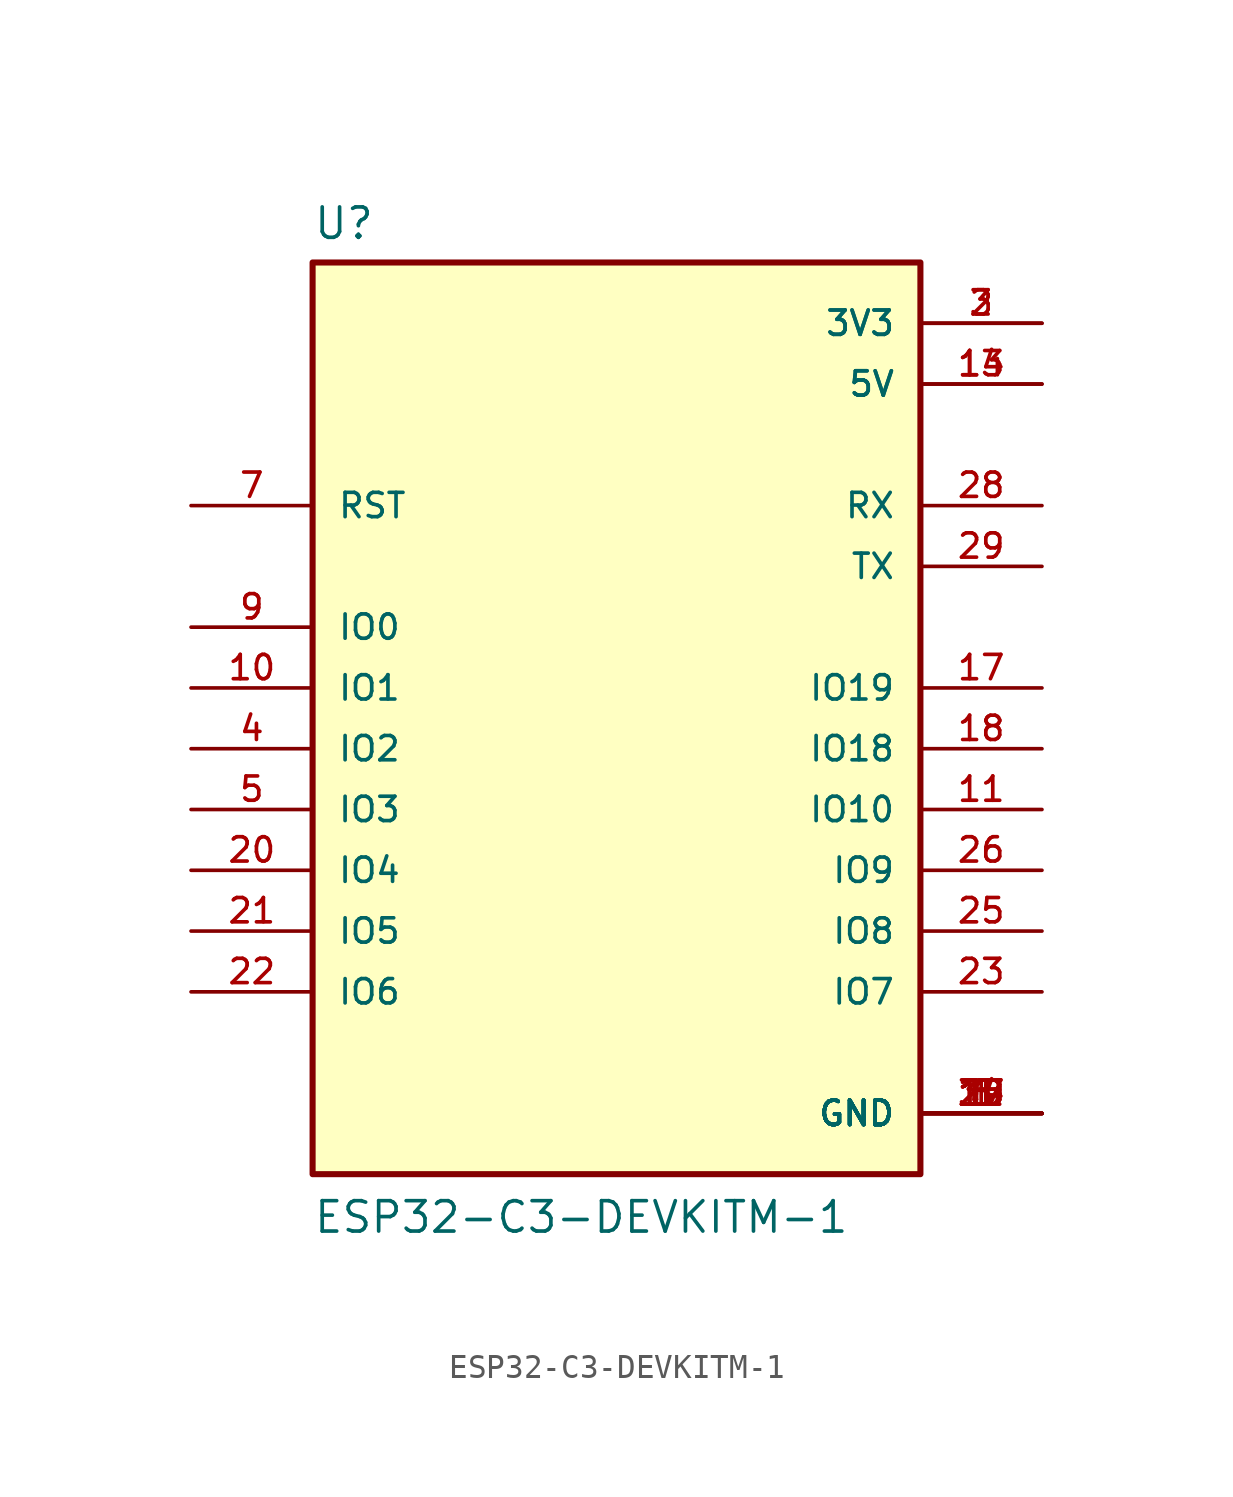
<source format=kicad_sym>
(kicad_symbol_lib
  (version 20211014)
  (generator kicad_symbol_editor)
  (symbol "ESP32-C3-DEVKITM-1"
    (pin_names
      (offset 1.016))
    (property "Reference" "U"
      (at -12.7 18.669 0)
      (effects (font (size 1.27 1.27)) (justify bottom left)))
    (property "Value" "ESP32-C3-DEVKITM-1"
      (at -12.7 -22.86 0)
      (effects (font (size 1.27 1.27)) (justify bottom left)))
    (symbol "ESP32-C3-DEVKITM-1_0_0"
      (rectangle (start -12.7 -20.32) (end 12.7 17.78) (stroke (width 0.254)) (fill (type background)))
      (pin power_in line (at 17.78 15.24 180.0) (length 5.08) (name "3V3" (effects (font (size 1.016 1.016)))) (number "2" (effects (font (size 1.016 1.016)))))
      (pin power_in line (at 17.78 15.24 180.0) (length 5.08) (name "3V3" (effects (font (size 1.016 1.016)))) (number "3" (effects (font (size 1.016 1.016)))))
      (pin input line (at -17.78 7.62 0) (length 5.08) (name "RST" (effects (font (size 1.016 1.016)))) (number "7" (effects (font (size 1.016 1.016)))))
      (pin power_in line (at 17.78 -17.78 180.0) (length 5.08) (name "GND" (effects (font (size 1.016 1.016)))) (number "1" (effects (font (size 1.016 1.016)))))
      (pin power_in line (at 17.78 -17.78 180.0) (length 5.08) (name "GND" (effects (font (size 1.016 1.016)))) (number "6" (effects (font (size 1.016 1.016)))))
      (pin power_in line (at 17.78 -17.78 180.0) (length 5.08) (name "GND" (effects (font (size 1.016 1.016)))) (number "8" (effects (font (size 1.016 1.016)))))
      (pin power_in line (at 17.78 -17.78 180.0) (length 5.08) (name "GND" (effects (font (size 1.016 1.016)))) (number "12" (effects (font (size 1.016 1.016)))))
      (pin power_in line (at 17.78 -17.78 180.0) (length 5.08) (name "GND" (effects (font (size 1.016 1.016)))) (number "15" (effects (font (size 1.016 1.016)))))
      (pin power_in line (at 17.78 -17.78 180.0) (length 5.08) (name "GND" (effects (font (size 1.016 1.016)))) (number "16" (effects (font (size 1.016 1.016)))))
      (pin power_in line (at 17.78 -17.78 180.0) (length 5.08) (name "GND" (effects (font (size 1.016 1.016)))) (number "19" (effects (font (size 1.016 1.016)))))
      (pin power_in line (at 17.78 -17.78 180.0) (length 5.08) (name "GND" (effects (font (size 1.016 1.016)))) (number "24" (effects (font (size 1.016 1.016)))))
      (pin power_in line (at 17.78 -17.78 180.0) (length 5.08) (name "GND" (effects (font (size 1.016 1.016)))) (number "27" (effects (font (size 1.016 1.016)))))
      (pin power_in line (at 17.78 -17.78 180.0) (length 5.08) (name "GND" (effects (font (size 1.016 1.016)))) (number "30" (effects (font (size 1.016 1.016)))))
      (pin bidirectional line (at 17.78 -7.62 180.0) (length 5.08) (name "IO9" (effects (font (size 1.016 1.016)))) (number "26" (effects (font (size 1.016 1.016)))))
      (pin bidirectional line (at 17.78 -5.08 180.0) (length 5.08) (name "IO10" (effects (font (size 1.016 1.016)))) (number "11" (effects (font (size 1.016 1.016)))))
      (pin power_in line (at 17.78 12.7 180.0) (length 5.08) (name "5V" (effects (font (size 1.016 1.016)))) (number "13" (effects (font (size 1.016 1.016)))))
      (pin power_in line (at 17.78 12.7 180.0) (length 5.08) (name "5V" (effects (font (size 1.016 1.016)))) (number "14" (effects (font (size 1.016 1.016)))))
      (pin bidirectional line (at -17.78 -12.7 0) (length 5.08) (name "IO6" (effects (font (size 1.016 1.016)))) (number "22" (effects (font (size 1.016 1.016)))))
      (pin bidirectional line (at 17.78 -12.7 180.0) (length 5.08) (name "IO7" (effects (font (size 1.016 1.016)))) (number "23" (effects (font (size 1.016 1.016)))))
      (pin bidirectional line (at 17.78 -10.16 180.0) (length 5.08) (name "IO8" (effects (font (size 1.016 1.016)))) (number "25" (effects (font (size 1.016 1.016)))))
      (pin bidirectional line (at -17.78 -2.54 0) (length 5.08) (name "IO2" (effects (font (size 1.016 1.016)))) (number "4" (effects (font (size 1.016 1.016)))))
      (pin bidirectional line (at -17.78 2.54 0) (length 5.08) (name "IO0" (effects (font (size 1.016 1.016)))) (number "9" (effects (font (size 1.016 1.016)))))
      (pin bidirectional line (at -17.78 -7.62 0) (length 5.08) (name "IO4" (effects (font (size 1.016 1.016)))) (number "20" (effects (font (size 1.016 1.016)))))
      (pin bidirectional line (at -17.78 -10.16 0) (length 5.08) (name "IO5" (effects (font (size 1.016 1.016)))) (number "21" (effects (font (size 1.016 1.016)))))
      (pin bidirectional line (at 17.78 -2.54 180.0) (length 5.08) (name "IO18" (effects (font (size 1.016 1.016)))) (number "18" (effects (font (size 1.016 1.016)))))
      (pin bidirectional line (at 17.78 0.0 180.0) (length 5.08) (name "IO19" (effects (font (size 1.016 1.016)))) (number "17" (effects (font (size 1.016 1.016)))))
      (pin bidirectional line (at 17.78 7.62 180.0) (length 5.08) (name "RX" (effects (font (size 1.016 1.016)))) (number "28" (effects (font (size 1.016 1.016)))))
      (pin bidirectional line (at -17.78 -5.08 0) (length 5.08) (name "IO3" (effects (font (size 1.016 1.016)))) (number "5" (effects (font (size 1.016 1.016)))))
      (pin bidirectional line (at -17.78 0.0 0) (length 5.08) (name "IO1" (effects (font (size 1.016 1.016)))) (number "10" (effects (font (size 1.016 1.016)))))
      (pin bidirectional line (at 17.78 5.08 180.0) (length 5.08) (name "TX" (effects (font (size 1.016 1.016)))) (number "29" (effects (font (size 1.016 1.016))))))))
</source>
